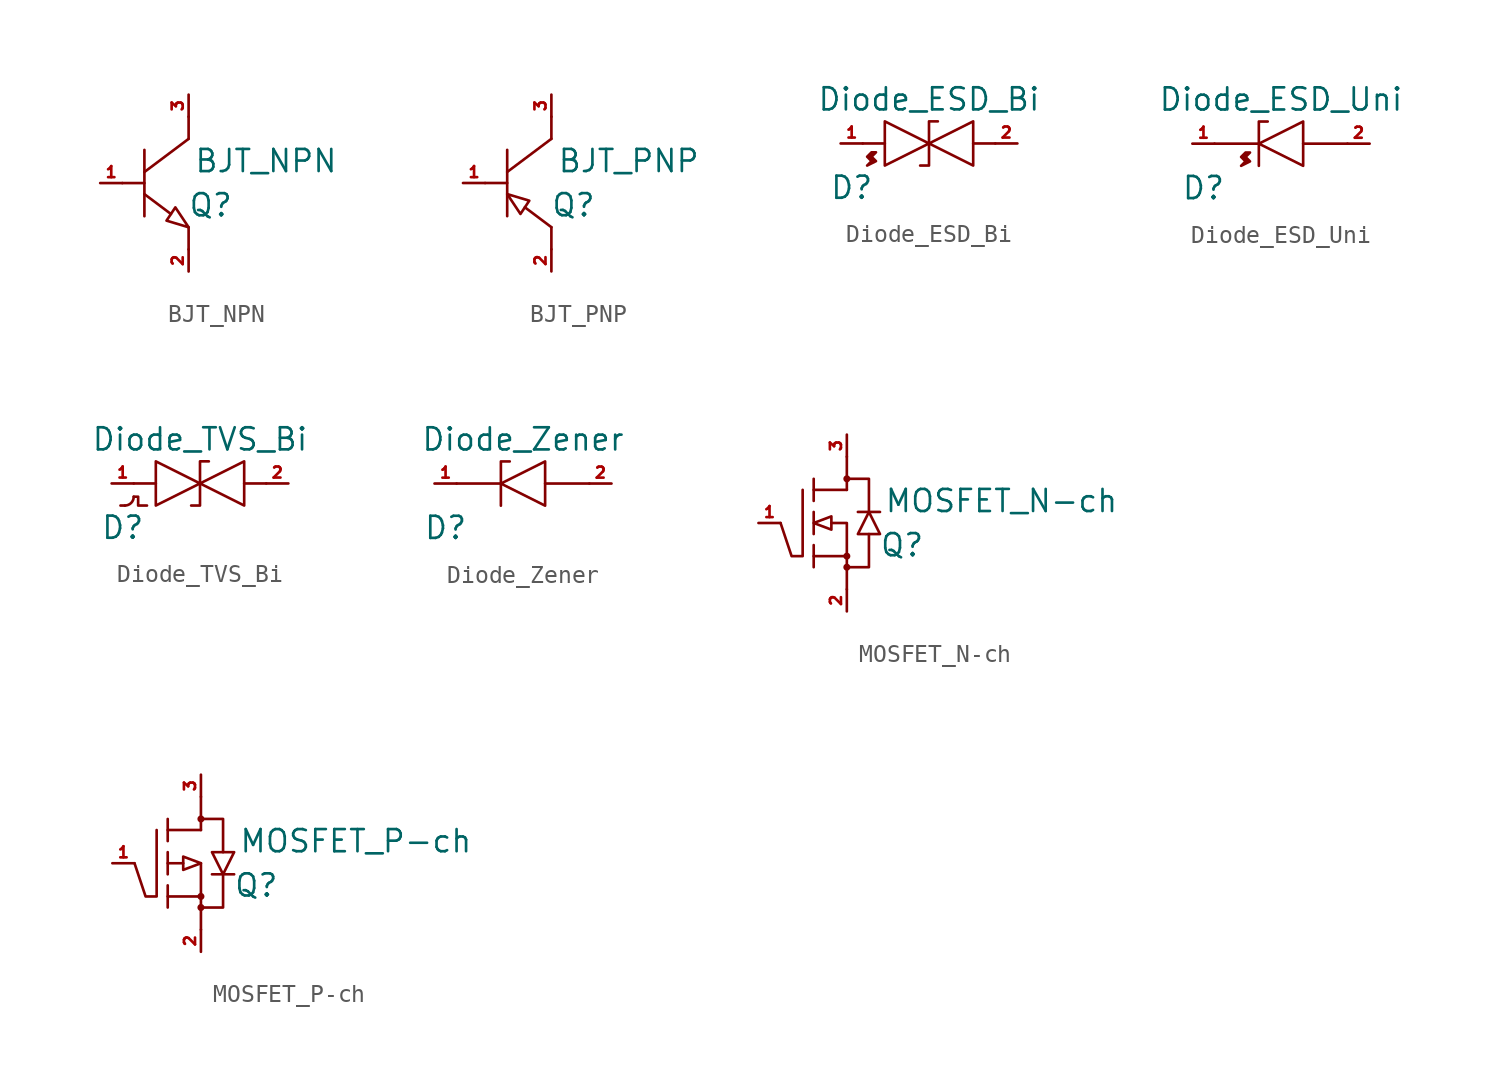
<source format=kicad_sym>
(kicad_symbol_lib
  (version 20211014)
  (generator kicad_symbol_editor)
  (symbol "BJT_NPN"
    (pin_names
      (offset 1.016) hide)
    (property "Reference" "Q"
      (at 1.27 -1.27 0)
      (effects (font (size 1.27 1.27))))
    (property "Value" "BJT_NPN"
      (at 4.445 1.27 0)
      (effects (font (size 1.27 1.27))))
    (symbol "BJT_NPN_0_1"
      (polyline (pts (xy -3.81 0) (xy -2.54 0)) (stroke (width 0) (type default) (color 0 0 0 0)) (fill (type none)))
      (polyline (pts (xy -2.54 0.635) (xy 0 2.54)) (stroke (width 0) (type default) (color 0 0 0 0)) (fill (type none)))
      (polyline (pts (xy -2.54 1.905) (xy -2.54 -1.905)) (stroke (width 0) (type default) (color 0 0 0 0)) (fill (type none)))
      (polyline (pts (xy -1.016 -1.778) (xy -2.54 -0.635)) (stroke (width 0) (type default) (color 0 0 0 0)) (fill (type none)))
      (polyline (pts (xy 0 -3.81) (xy 0 -2.54)) (stroke (width 0) (type default) (color 0 0 0 0)) (fill (type none)))
      (polyline (pts (xy 0 3.81) (xy 0 2.54)) (stroke (width 0) (type default) (color 0 0 0 0)) (fill (type none)))
      (polyline (pts (xy -0.762 -1.397) (xy -1.27 -2.159) (xy 0 -2.54) (xy -0.762 -1.397)) (stroke (width 0) (type default) (color 0 0 0 0)) (fill (type none))))
    (symbol "BJT_NPN_1_1"
      (pin passive line (at -5.08 0 0) (length 1.27) (name "Base" (effects (font (size 0.635 0.635)))) (number "1" (effects (font (size 0.635 0.635)))))
      (pin passive line (at 0 -5.08 90) (length 1.27) (name "Emitter" (effects (font (size 0.635 0.635)))) (number "2" (effects (font (size 0.635 0.635)))))
      (pin passive line (at 0 5.08 270) (length 1.27) (name "Collector" (effects (font (size 0.635 0.635)))) (number "3" (effects (font (size 0.635 0.635)))))))
  (symbol "BJT_PNP"
    (pin_names
      (offset 1.016) hide)
    (property "Reference" "Q"
      (at 1.27 -1.27 0)
      (effects (font (size 1.27 1.27))))
    (property "Value" "BJT_PNP"
      (at 4.445 1.27 0)
      (effects (font (size 1.27 1.27))))
    (symbol "BJT_PNP_0_1"
      (polyline (pts (xy -1.524 -1.397) (xy 0 -2.54)) (stroke (width 0) (type default) (color 0 0 0 0)) (fill (type none)))
      (polyline (pts (xy -1.778 -1.778) (xy -1.27 -1.016) (xy -2.54 -0.635) (xy -1.778 -1.778)) (stroke (width 0) (type default) (color 0 0 0 0)) (fill (type none))))
    (symbol "BJT_PNP_1_1"
      (polyline (pts (xy -3.81 0) (xy -2.54 0)) (stroke (width 0) (type default) (color 0 0 0 0)) (fill (type none)))
      (polyline (pts (xy -2.54 0.635) (xy 0 2.54)) (stroke (width 0) (type default) (color 0 0 0 0)) (fill (type none)))
      (polyline (pts (xy -2.54 1.905) (xy -2.54 -1.905)) (stroke (width 0) (type default) (color 0 0 0 0)) (fill (type none)))
      (polyline (pts (xy 0 -3.81) (xy 0 -2.54)) (stroke (width 0) (type default) (color 0 0 0 0)) (fill (type none)))
      (polyline (pts (xy 0 3.81) (xy 0 2.54)) (stroke (width 0) (type default) (color 0 0 0 0)) (fill (type none)))
      (pin passive line (at -5.08 0 0) (length 1.27) (name "Base" (effects (font (size 0.635 0.635)))) (number "1" (effects (font (size 0.635 0.635)))))
      (pin passive line (at 0 -5.08 90) (length 1.27) (name "Emitter" (effects (font (size 0.635 0.635)))) (number "2" (effects (font (size 0.635 0.635)))))
      (pin passive line (at 0 5.08 270) (length 1.27) (name "Collector" (effects (font (size 0.635 0.635)))) (number "3" (effects (font (size 0.635 0.635)))))))
  (symbol "Diode_ESD_Bi"
    (pin_names
      (offset 1.016) hide)
    (property "Reference" "D"
      (at -4.445 -2.54 0)
      (effects (font (size 1.27 1.27))))
    (property "Value" "Diode_ESD_Bi"
      (at 0 2.54 0)
      (effects (font (size 1.27 1.27))))
    (symbol "Diode_ESD_Bi_0_1"
      (polyline (pts (xy -3.81 0) (xy -2.54 0)) (stroke (width 0) (type default) (color 0 0 0 0)) (fill (type none)))
      (polyline (pts (xy 2.54 0) (xy 3.81 0)) (stroke (width 0) (type default) (color 0 0 0 0)) (fill (type none)))
      (polyline (pts (xy 0.508 1.27) (xy 0 1.27) (xy 0 -1.27) (xy -0.508 -1.27)) (stroke (width 0) (type default) (color 0 0 0 0)) (fill (type none)))
      (polyline (pts (xy -3.302 -0.508) (xy -3.048 -0.508) (xy -3.302 -0.762) (xy -3.048 -1.016) (xy -3.556 -1.27) (xy -3.302 -1.016) (xy -3.556 -0.762) (xy -3.302 -0.508)) (stroke (width 0) (type default) (color 0 0 0 0)) (fill (type outline))))
    (symbol "Diode_ESD_Bi_1_1"
      (polyline (pts (xy -2.54 -1.27) (xy 0 0) (xy -2.54 1.27) (xy -2.54 -1.27)) (stroke (width 0) (type default) (color 0 0 0 0)) (fill (type none)))
      (polyline (pts (xy 2.54 1.27) (xy 0 0) (xy 2.54 -1.27) (xy 2.54 1.27)) (stroke (width 0) (type default) (color 0 0 0 0)) (fill (type none)))
      (pin passive line (at -5.08 0 0) (length 1.27) (name "Cathode" (effects (font (size 0.635 0.635)))) (number "1" (effects (font (size 0.635 0.635)))))
      (pin passive line (at 5.08 0 180) (length 1.27) (name "Anode" (effects (font (size 0.635 0.635)))) (number "2" (effects (font (size 0.635 0.635)))))))
  (symbol "Diode_ESD_Uni"
    (pin_names
      (offset 1.016) hide)
    (property "Reference" "D"
      (at -4.445 -2.54 0)
      (effects (font (size 1.27 1.27))))
    (property "Value" "Diode_ESD_Uni"
      (at 0 2.54 0)
      (effects (font (size 1.27 1.27))))
    (symbol "Diode_ESD_Uni_0_1"
      (polyline (pts (xy -0.762 1.27) (xy -1.27 1.27) (xy -1.27 -1.27)) (stroke (width 0) (type default) (color 0 0 0 0)) (fill (type none))))
    (symbol "Diode_ESD_Uni_1_1"
      (polyline (pts (xy -3.81 0) (xy -1.27 0)) (stroke (width 0) (type default) (color 0 0 0 0)) (fill (type none)))
      (polyline (pts (xy 1.27 0) (xy 3.81 0)) (stroke (width 0) (type default) (color 0 0 0 0)) (fill (type none)))
      (polyline (pts (xy 1.27 1.27) (xy -1.27 0) (xy 1.27 -1.27) (xy 1.27 1.27)) (stroke (width 0) (type default) (color 0 0 0 0)) (fill (type none)))
      (polyline (pts (xy -2.032 -0.508) (xy -1.778 -0.508) (xy -2.032 -0.762) (xy -1.778 -1.016) (xy -2.286 -1.27) (xy -2.032 -1.016) (xy -2.286 -0.762) (xy -2.032 -0.508)) (stroke (width 0) (type default) (color 0 0 0 0)) (fill (type outline)))
      (pin passive line (at -5.08 0 0) (length 1.27) (name "Cathode" (effects (font (size 0.635 0.635)))) (number "1" (effects (font (size 0.635 0.635)))))
      (pin passive line (at 5.08 0 180) (length 1.27) (name "Anode" (effects (font (size 0.635 0.635)))) (number "2" (effects (font (size 0.635 0.635)))))))
  (symbol "Diode_TVS_Bi"
    (pin_names
      (offset 1.016) hide)
    (property "Reference" "D"
      (at -4.445 -2.54 0)
      (effects (font (size 1.27 1.27))))
    (property "Value" "Diode_TVS_Bi"
      (at 0 2.54 0)
      (effects (font (size 1.27 1.27))))
    (symbol "Diode_TVS_Bi_0_1"
      (arc (start -4.318 -1.27) (mid -3.9588 -1.1212) (end -3.81 -0.762) (stroke (width 0) (type default) (color 0 0 0 0)) (fill (type none)))
      (polyline (pts (xy -4.572 -1.27) (xy -4.318 -1.27)) (stroke (width 0) (type default) (color 0 0 0 0)) (fill (type none)))
      (polyline (pts (xy -3.81 0) (xy -2.54 0)) (stroke (width 0) (type default) (color 0 0 0 0)) (fill (type none)))
      (polyline (pts (xy 2.54 0) (xy 3.81 0)) (stroke (width 0) (type default) (color 0 0 0 0)) (fill (type none)))
      (polyline (pts (xy -3.81 -0.762) (xy -3.556 -0.762) (xy -3.556 -1.27) (xy -3.048 -1.27)) (stroke (width 0) (type default) (color 0 0 0 0)) (fill (type none)))
      (polyline (pts (xy 0.508 1.27) (xy 0 1.27) (xy 0 -1.27) (xy -0.508 -1.27)) (stroke (width 0) (type default) (color 0 0 0 0)) (fill (type none))))
    (symbol "Diode_TVS_Bi_1_1"
      (polyline (pts (xy -2.54 -1.27) (xy 0 0) (xy -2.54 1.27) (xy -2.54 -1.27)) (stroke (width 0) (type default) (color 0 0 0 0)) (fill (type none)))
      (polyline (pts (xy 2.54 1.27) (xy 0 0) (xy 2.54 -1.27) (xy 2.54 1.27)) (stroke (width 0) (type default) (color 0 0 0 0)) (fill (type none)))
      (pin passive line (at -5.08 0 0) (length 1.27) (name "Cathode" (effects (font (size 0.635 0.635)))) (number "1" (effects (font (size 0.635 0.635)))))
      (pin passive line (at 5.08 0 180) (length 1.27) (name "Anode" (effects (font (size 0.635 0.635)))) (number "2" (effects (font (size 0.635 0.635)))))))
  (symbol "Diode_Zener"
    (pin_names
      (offset 1.016) hide)
    (property "Reference" "D"
      (at -4.445 -2.54 0)
      (effects (font (size 1.27 1.27))))
    (property "Value" "Diode_Zener"
      (at 0 2.54 0)
      (effects (font (size 1.27 1.27))))
    (symbol "Diode_Zener_0_1"
      (polyline (pts (xy -0.762 1.27) (xy -1.27 1.27) (xy -1.27 -1.27)) (stroke (width 0) (type default) (color 0 0 0 0)) (fill (type none))))
    (symbol "Diode_Zener_1_1"
      (polyline (pts (xy -3.81 0) (xy -1.27 0)) (stroke (width 0) (type default) (color 0 0 0 0)) (fill (type none)))
      (polyline (pts (xy 1.27 0) (xy 3.81 0)) (stroke (width 0) (type default) (color 0 0 0 0)) (fill (type none)))
      (polyline (pts (xy 1.27 1.27) (xy -1.27 0) (xy 1.27 -1.27) (xy 1.27 1.27)) (stroke (width 0) (type default) (color 0 0 0 0)) (fill (type none)))
      (pin passive line (at -5.08 0 0) (length 1.27) (name "Cathode" (effects (font (size 0.635 0.635)))) (number "1" (effects (font (size 0.635 0.635)))))
      (pin passive line (at 5.08 0 180) (length 1.27) (name "Anode" (effects (font (size 0.635 0.635)))) (number "2" (effects (font (size 0.635 0.635)))))))
  (symbol "MOSFET_N-ch"
    (pin_names
      (offset 1.016) hide)
    (property "Reference" "Q"
      (at 3.175 -1.27 0)
      (effects (font (size 1.27 1.27))))
    (property "Value" "MOSFET_N-ch"
      (at 8.89 1.27 0)
      (effects (font (size 1.27 1.27))))
    (symbol "MOSFET_N-ch_0_1"
      (circle (center 0 -2.54) (radius 0.127) (stroke (width 0) (type default) (color 0 0 0 0)) (fill (type outline)))
      (circle (center 0 -1.905) (radius 0.127) (stroke (width 0) (type default) (color 0 0 0 0)) (fill (type outline)))
      (polyline (pts (xy -1.905 -1.905) (xy 0 -1.905)) (stroke (width 0) (type default) (color 0 0 0 0)) (fill (type none)))
      (polyline (pts (xy -1.905 -1.27) (xy -1.905 -2.54)) (stroke (width 0) (type default) (color 0 0 0 0)) (fill (type none)))
      (polyline (pts (xy -1.905 0.635) (xy -1.905 -0.635)) (stroke (width 0) (type default) (color 0 0 0 0)) (fill (type none)))
      (polyline (pts (xy -1.905 1.905) (xy 0 1.905)) (stroke (width 0) (type default) (color 0 0 0 0)) (fill (type none)))
      (polyline (pts (xy -1.905 2.54) (xy -1.905 1.27)) (stroke (width 0) (type default) (color 0 0 0 0)) (fill (type none)))
      (polyline (pts (xy 0 -1.905) (xy 0 -3.81)) (stroke (width 0) (type default) (color 0 0 0 0)) (fill (type none)))
      (polyline (pts (xy 0 3.81) (xy 0 1.905)) (stroke (width 0) (type default) (color 0 0 0 0)) (fill (type none)))
      (polyline (pts (xy 0.635 0.635) (xy 1.905 0.635)) (stroke (width 0) (type default) (color 0 0 0 0)) (fill (type none)))
      (polyline (pts (xy -0.889 0) (xy 0 0) (xy 0 -1.905)) (stroke (width 0) (type default) (color 0 0 0 0)) (fill (type none)))
      (polyline (pts (xy 0 -2.54) (xy 1.27 -2.54) (xy 1.27 -0.635)) (stroke (width 0) (type default) (color 0 0 0 0)) (fill (type none)))
      (polyline (pts (xy 0 2.54) (xy 1.27 2.54) (xy 1.27 0.635)) (stroke (width 0) (type default) (color 0 0 0 0)) (fill (type none)))
      (polyline (pts (xy -2.54 1.905) (xy -2.54 -1.905) (xy -3.175 -1.905) (xy -3.81 0)) (stroke (width 0) (type default) (color 0 0 0 0)) (fill (type none)))
      (polyline (pts (xy -1.905 0) (xy -0.889 0.381) (xy -0.889 -0.381) (xy -1.905 0)) (stroke (width 0) (type default) (color 0 0 0 0)) (fill (type none)))
      (polyline (pts (xy 1.27 0.635) (xy 0.635 -0.635) (xy 1.905 -0.635) (xy 1.27 0.635)) (stroke (width 0) (type default) (color 0 0 0 0)) (fill (type none)))
      (circle (center 0 2.54) (radius 0.127) (stroke (width 0) (type default) (color 0 0 0 0)) (fill (type outline))))
    (symbol "MOSFET_N-ch_1_1"
      (pin passive line (at -5.08 0 0) (length 1.27) (name "Gate" (effects (font (size 0.635 0.635)))) (number "1" (effects (font (size 0.635 0.635)))))
      (pin passive line (at 0 -5.08 90) (length 1.27) (name "Source" (effects (font (size 0.635 0.635)))) (number "2" (effects (font (size 0.635 0.635)))))
      (pin passive line (at 0 5.08 270) (length 1.27) (name "Drain" (effects (font (size 0.635 0.635)))) (number "3" (effects (font (size 0.635 0.635)))))))
  (symbol "MOSFET_P-ch"
    (pin_names
      (offset 1.016) hide)
    (property "Reference" "Q"
      (at 3.175 -1.27 0)
      (effects (font (size 1.27 1.27))))
    (property "Value" "MOSFET_P-ch"
      (at 8.89 1.27 0)
      (effects (font (size 1.27 1.27))))
    (symbol "MOSFET_P-ch_0_1"
      (polyline (pts (xy -1.905 0) (xy -1.016 0)) (stroke (width 0) (type default) (color 0 0 0 0)) (fill (type none)))
      (polyline (pts (xy 0 0) (xy 0 -1.905)) (stroke (width 0) (type default) (color 0 0 0 0)) (fill (type none)))
      (polyline (pts (xy 0.635 -0.635) (xy 1.905 -0.635)) (stroke (width 0) (type default) (color 0 0 0 0)) (fill (type none)))
      (polyline (pts (xy 0 0) (xy -1.016 0.381) (xy -1.016 -0.381) (xy 0 0)) (stroke (width 0) (type default) (color 0 0 0 0)) (fill (type none)))
      (polyline (pts (xy 0.635 0.635) (xy 1.905 0.635) (xy 1.27 -0.635) (xy 0.635 0.635)) (stroke (width 0) (type default) (color 0 0 0 0)) (fill (type none))))
    (symbol "MOSFET_P-ch_1_1"
      (circle (center 0 -2.54) (radius 0.127) (stroke (width 0) (type default) (color 0 0 0 0)) (fill (type outline)))
      (circle (center 0 -1.905) (radius 0.127) (stroke (width 0) (type default) (color 0 0 0 0)) (fill (type outline)))
      (polyline (pts (xy -1.905 -1.905) (xy 0 -1.905)) (stroke (width 0) (type default) (color 0 0 0 0)) (fill (type none)))
      (polyline (pts (xy -1.905 -1.27) (xy -1.905 -2.54)) (stroke (width 0) (type default) (color 0 0 0 0)) (fill (type none)))
      (polyline (pts (xy -1.905 0.635) (xy -1.905 -0.635)) (stroke (width 0) (type default) (color 0 0 0 0)) (fill (type none)))
      (polyline (pts (xy -1.905 1.905) (xy 0 1.905)) (stroke (width 0) (type default) (color 0 0 0 0)) (fill (type none)))
      (polyline (pts (xy -1.905 2.54) (xy -1.905 1.27)) (stroke (width 0) (type default) (color 0 0 0 0)) (fill (type none)))
      (polyline (pts (xy 0 -1.905) (xy 0 -3.81)) (stroke (width 0) (type default) (color 0 0 0 0)) (fill (type none)))
      (polyline (pts (xy 0 3.81) (xy 0 1.905)) (stroke (width 0) (type default) (color 0 0 0 0)) (fill (type none)))
      (polyline (pts (xy 0 -2.54) (xy 1.27 -2.54) (xy 1.27 -0.635)) (stroke (width 0) (type default) (color 0 0 0 0)) (fill (type none)))
      (polyline (pts (xy 0 2.54) (xy 1.27 2.54) (xy 1.27 0.635)) (stroke (width 0) (type default) (color 0 0 0 0)) (fill (type none)))
      (polyline (pts (xy -2.54 1.905) (xy -2.54 -1.905) (xy -3.175 -1.905) (xy -3.81 0)) (stroke (width 0) (type default) (color 0 0 0 0)) (fill (type none)))
      (circle (center 0 2.54) (radius 0.127) (stroke (width 0) (type default) (color 0 0 0 0)) (fill (type outline)))
      (pin passive line (at -5.08 0 0) (length 1.27) (name "Gate" (effects (font (size 0.635 0.635)))) (number "1" (effects (font (size 0.635 0.635)))))
      (pin passive line (at 0 -5.08 90) (length 1.27) (name "Source" (effects (font (size 0.635 0.635)))) (number "2" (effects (font (size 0.635 0.635)))))
      (pin passive line (at 0 5.08 270) (length 1.27) (name "Drain" (effects (font (size 0.635 0.635)))) (number "3" (effects (font (size 0.635 0.635))))))))
</source>
